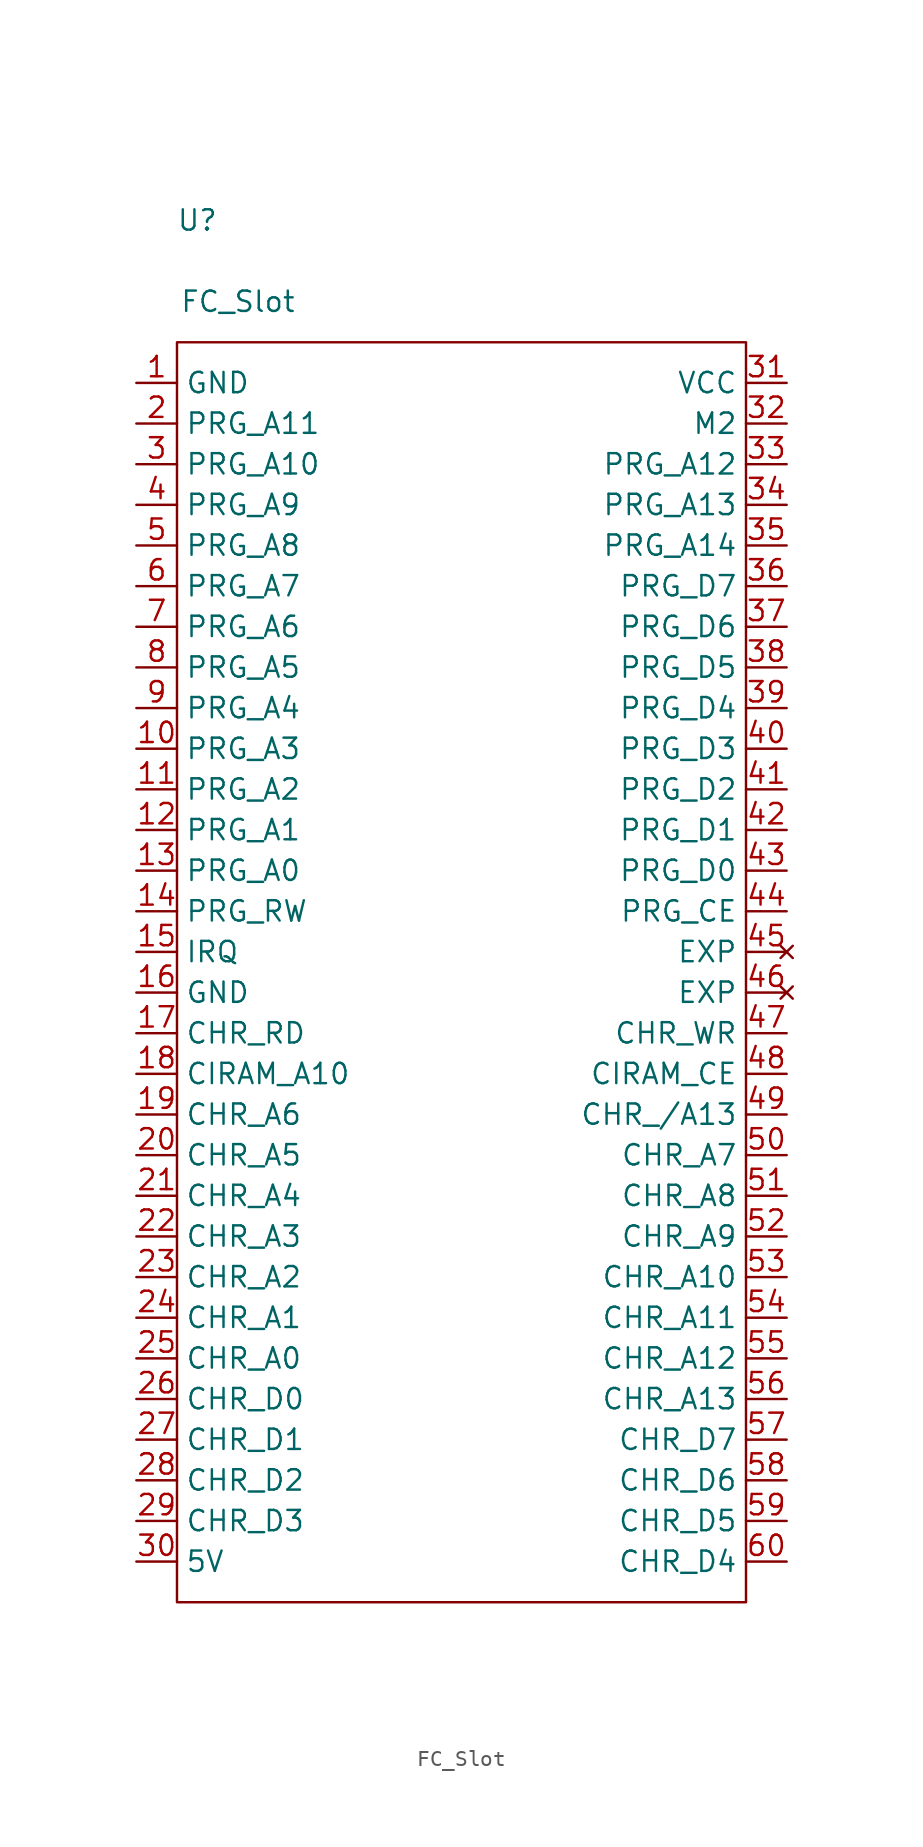
<source format=kicad_sym>
(kicad_symbol_lib
  (version 20231120)
  (generator "kicad_symbol_editor")
  (generator_version "8.0")
  (symbol "FC_Slot"
    (property "Reference" "U"
      (at -16.51 52.07 0)
      (effects (font (size 1.27 1.27))))
    (property "Value" "FC_Slot"
      (at -13.97 46.99 0)
      (effects (font (size 1.27 1.27))))
    (symbol "FC_Slot_0_1"
      (rectangle (start -17.78 44.45) (end 17.78 -34.29) (stroke (width 0.152) (type default)) (fill (type none))))
    (symbol "FC_Slot_1_1"
      (pin power_in line (at -20.32 41.91 0) (length 2.54) (name "GND" (effects (font (size 1.27 1.27)))) (number "1" (effects (font (size 1.27 1.27)))))
      (pin input line (at -20.32 19.05 0) (length 2.54) (name "PRG_A3" (effects (font (size 1.27 1.27)))) (number "10" (effects (font (size 1.27 1.27)))))
      (pin input line (at -20.32 16.51 0) (length 2.54) (name "PRG_A2" (effects (font (size 1.27 1.27)))) (number "11" (effects (font (size 1.27 1.27)))))
      (pin input line (at -20.32 13.97 0) (length 2.54) (name "PRG_A1" (effects (font (size 1.27 1.27)))) (number "12" (effects (font (size 1.27 1.27)))))
      (pin input line (at -20.32 11.43 0) (length 2.54) (name "PRG_A0" (effects (font (size 1.27 1.27)))) (number "13" (effects (font (size 1.27 1.27)))))
      (pin input line (at -20.32 8.89 0) (length 2.54) (name "PRG_RW" (effects (font (size 1.27 1.27)))) (number "14" (effects (font (size 1.27 1.27)))))
      (pin input line (at -20.32 6.35 0) (length 2.54) (name "IRQ" (effects (font (size 1.27 1.27)))) (number "15" (effects (font (size 1.27 1.27)))))
      (pin power_in line (at -20.32 3.81 0) (length 2.54) (name "GND" (effects (font (size 1.27 1.27)))) (number "16" (effects (font (size 1.27 1.27)))))
      (pin input line (at -20.32 1.27 0) (length 2.54) (name "CHR_RD" (effects (font (size 1.27 1.27)))) (number "17" (effects (font (size 1.27 1.27)))))
      (pin input line (at -20.32 -1.27 0) (length 2.54) (name "CIRAM_A10" (effects (font (size 1.27 1.27)))) (number "18" (effects (font (size 1.27 1.27)))))
      (pin input line (at -20.32 -3.81 0) (length 2.54) (name "CHR_A6" (effects (font (size 1.27 1.27)))) (number "19" (effects (font (size 1.27 1.27)))))
      (pin input line (at -20.32 39.37 0) (length 2.54) (name "PRG_A11" (effects (font (size 1.27 1.27)))) (number "2" (effects (font (size 1.27 1.27)))))
      (pin input line (at -20.32 -6.35 0) (length 2.54) (name "CHR_A5" (effects (font (size 1.27 1.27)))) (number "20" (effects (font (size 1.27 1.27)))))
      (pin input line (at -20.32 -8.89 0) (length 2.54) (name "CHR_A4" (effects (font (size 1.27 1.27)))) (number "21" (effects (font (size 1.27 1.27)))))
      (pin input line (at -20.32 -11.43 0) (length 2.54) (name "CHR_A3" (effects (font (size 1.27 1.27)))) (number "22" (effects (font (size 1.27 1.27)))))
      (pin input line (at -20.32 -13.97 0) (length 2.54) (name "CHR_A2" (effects (font (size 1.27 1.27)))) (number "23" (effects (font (size 1.27 1.27)))))
      (pin input line (at -20.32 -16.51 0) (length 2.54) (name "CHR_A1" (effects (font (size 1.27 1.27)))) (number "24" (effects (font (size 1.27 1.27)))))
      (pin input line (at -20.32 -19.05 0) (length 2.54) (name "CHR_A0" (effects (font (size 1.27 1.27)))) (number "25" (effects (font (size 1.27 1.27)))))
      (pin bidirectional line (at -20.32 -21.59 0) (length 2.54) (name "CHR_D0" (effects (font (size 1.27 1.27)))) (number "26" (effects (font (size 1.27 1.27)))))
      (pin bidirectional line (at -20.32 -24.13 0) (length 2.54) (name "CHR_D1" (effects (font (size 1.27 1.27)))) (number "27" (effects (font (size 1.27 1.27)))))
      (pin bidirectional line (at -20.32 -26.67 0) (length 2.54) (name "CHR_D2" (effects (font (size 1.27 1.27)))) (number "28" (effects (font (size 1.27 1.27)))))
      (pin bidirectional line (at -20.32 -29.21 0) (length 2.54) (name "CHR_D3" (effects (font (size 1.27 1.27)))) (number "29" (effects (font (size 1.27 1.27)))))
      (pin input line (at -20.32 36.83 0) (length 2.54) (name "PRG_A10" (effects (font (size 1.27 1.27)))) (number "3" (effects (font (size 1.27 1.27)))))
      (pin power_in line (at -20.32 -31.75 0) (length 2.54) (name "5V" (effects (font (size 1.27 1.27)))) (number "30" (effects (font (size 1.27 1.27)))))
      (pin power_in line (at 20.32 41.91 180) (length 2.54) (name "VCC" (effects (font (size 1.27 1.27)))) (number "31" (effects (font (size 1.27 1.27)))))
      (pin input line (at 20.32 39.37 180) (length 2.54) (name "M2" (effects (font (size 1.27 1.27)))) (number "32" (effects (font (size 1.27 1.27)))))
      (pin input line (at 20.32 36.83 180) (length 2.54) (name "PRG_A12" (effects (font (size 1.27 1.27)))) (number "33" (effects (font (size 1.27 1.27)))))
      (pin input line (at 20.32 34.29 180) (length 2.54) (name "PRG_A13" (effects (font (size 1.27 1.27)))) (number "34" (effects (font (size 1.27 1.27)))))
      (pin input line (at 20.32 31.75 180) (length 2.54) (name "PRG_A14" (effects (font (size 1.27 1.27)))) (number "35" (effects (font (size 1.27 1.27)))))
      (pin bidirectional line (at 20.32 29.21 180) (length 2.54) (name "PRG_D7" (effects (font (size 1.27 1.27)))) (number "36" (effects (font (size 1.27 1.27)))))
      (pin bidirectional line (at 20.32 26.67 180) (length 2.54) (name "PRG_D6" (effects (font (size 1.27 1.27)))) (number "37" (effects (font (size 1.27 1.27)))))
      (pin bidirectional line (at 20.32 24.13 180) (length 2.54) (name "PRG_D5" (effects (font (size 1.27 1.27)))) (number "38" (effects (font (size 1.27 1.27)))))
      (pin bidirectional line (at 20.32 21.59 180) (length 2.54) (name "PRG_D4" (effects (font (size 1.27 1.27)))) (number "39" (effects (font (size 1.27 1.27)))))
      (pin input line (at -20.32 34.29 0) (length 2.54) (name "PRG_A9" (effects (font (size 1.27 1.27)))) (number "4" (effects (font (size 1.27 1.27)))))
      (pin bidirectional line (at 20.32 19.05 180) (length 2.54) (name "PRG_D3" (effects (font (size 1.27 1.27)))) (number "40" (effects (font (size 1.27 1.27)))))
      (pin bidirectional line (at 20.32 16.51 180) (length 2.54) (name "PRG_D2" (effects (font (size 1.27 1.27)))) (number "41" (effects (font (size 1.27 1.27)))))
      (pin bidirectional line (at 20.32 13.97 180) (length 2.54) (name "PRG_D1" (effects (font (size 1.27 1.27)))) (number "42" (effects (font (size 1.27 1.27)))))
      (pin bidirectional line (at 20.32 11.43 180) (length 2.54) (name "PRG_D0" (effects (font (size 1.27 1.27)))) (number "43" (effects (font (size 1.27 1.27)))))
      (pin input line (at 20.32 8.89 180) (length 2.54) (name "PRG_CE" (effects (font (size 1.27 1.27)))) (number "44" (effects (font (size 1.27 1.27)))))
      (pin no_connect line (at 20.32 6.35 180) (length 2.54) (name "EXP" (effects (font (size 1.27 1.27)))) (number "45" (effects (font (size 1.27 1.27)))))
      (pin no_connect line (at 20.32 3.81 180) (length 2.54) (name "EXP" (effects (font (size 1.27 1.27)))) (number "46" (effects (font (size 1.27 1.27)))))
      (pin input line (at 20.32 1.27 180) (length 2.54) (name "CHR_WR" (effects (font (size 1.27 1.27)))) (number "47" (effects (font (size 1.27 1.27)))))
      (pin input line (at 20.32 -1.27 180) (length 2.54) (name "CIRAM_CE" (effects (font (size 1.27 1.27)))) (number "48" (effects (font (size 1.27 1.27)))))
      (pin input line (at 20.32 -3.81 180) (length 2.54) (name "CHR_/A13" (effects (font (size 1.27 1.27)))) (number "49" (effects (font (size 1.27 1.27)))))
      (pin input line (at -20.32 31.75 0) (length 2.54) (name "PRG_A8" (effects (font (size 1.27 1.27)))) (number "5" (effects (font (size 1.27 1.27)))))
      (pin bidirectional line (at 20.32 -6.35 180) (length 2.54) (name "CHR_A7" (effects (font (size 1.27 1.27)))) (number "50" (effects (font (size 1.27 1.27)))))
      (pin input line (at 20.32 -8.89 180) (length 2.54) (name "CHR_A8" (effects (font (size 1.27 1.27)))) (number "51" (effects (font (size 1.27 1.27)))))
      (pin input line (at 20.32 -11.43 180) (length 2.54) (name "CHR_A9" (effects (font (size 1.27 1.27)))) (number "52" (effects (font (size 1.27 1.27)))))
      (pin input line (at 20.32 -13.97 180) (length 2.54) (name "CHR_A10" (effects (font (size 1.27 1.27)))) (number "53" (effects (font (size 1.27 1.27)))))
      (pin input line (at 20.32 -16.51 180) (length 2.54) (name "CHR_A11" (effects (font (size 1.27 1.27)))) (number "54" (effects (font (size 1.27 1.27)))))
      (pin input line (at 20.32 -19.05 180) (length 2.54) (name "CHR_A12" (effects (font (size 1.27 1.27)))) (number "55" (effects (font (size 1.27 1.27)))))
      (pin input line (at 20.32 -21.59 180) (length 2.54) (name "CHR_A13" (effects (font (size 1.27 1.27)))) (number "56" (effects (font (size 1.27 1.27)))))
      (pin bidirectional line (at 20.32 -24.13 180) (length 2.54) (name "CHR_D7" (effects (font (size 1.27 1.27)))) (number "57" (effects (font (size 1.27 1.27)))))
      (pin bidirectional line (at 20.32 -26.67 180) (length 2.54) (name "CHR_D6" (effects (font (size 1.27 1.27)))) (number "58" (effects (font (size 1.27 1.27)))))
      (pin bidirectional line (at 20.32 -29.21 180) (length 2.54) (name "CHR_D5" (effects (font (size 1.27 1.27)))) (number "59" (effects (font (size 1.27 1.27)))))
      (pin input line (at -20.32 29.21 0) (length 2.54) (name "PRG_A7" (effects (font (size 1.27 1.27)))) (number "6" (effects (font (size 1.27 1.27)))))
      (pin bidirectional line (at 20.32 -31.75 180) (length 2.54) (name "CHR_D4" (effects (font (size 1.27 1.27)))) (number "60" (effects (font (size 1.27 1.27)))))
      (pin input line (at -20.32 26.67 0) (length 2.54) (name "PRG_A6" (effects (font (size 1.27 1.27)))) (number "7" (effects (font (size 1.27 1.27)))))
      (pin input line (at -20.32 24.13 0) (length 2.54) (name "PRG_A5" (effects (font (size 1.27 1.27)))) (number "8" (effects (font (size 1.27 1.27)))))
      (pin input line (at -20.32 21.59 0) (length 2.54) (name "PRG_A4" (effects (font (size 1.27 1.27)))) (number "9" (effects (font (size 1.27 1.27))))))))
</source>
